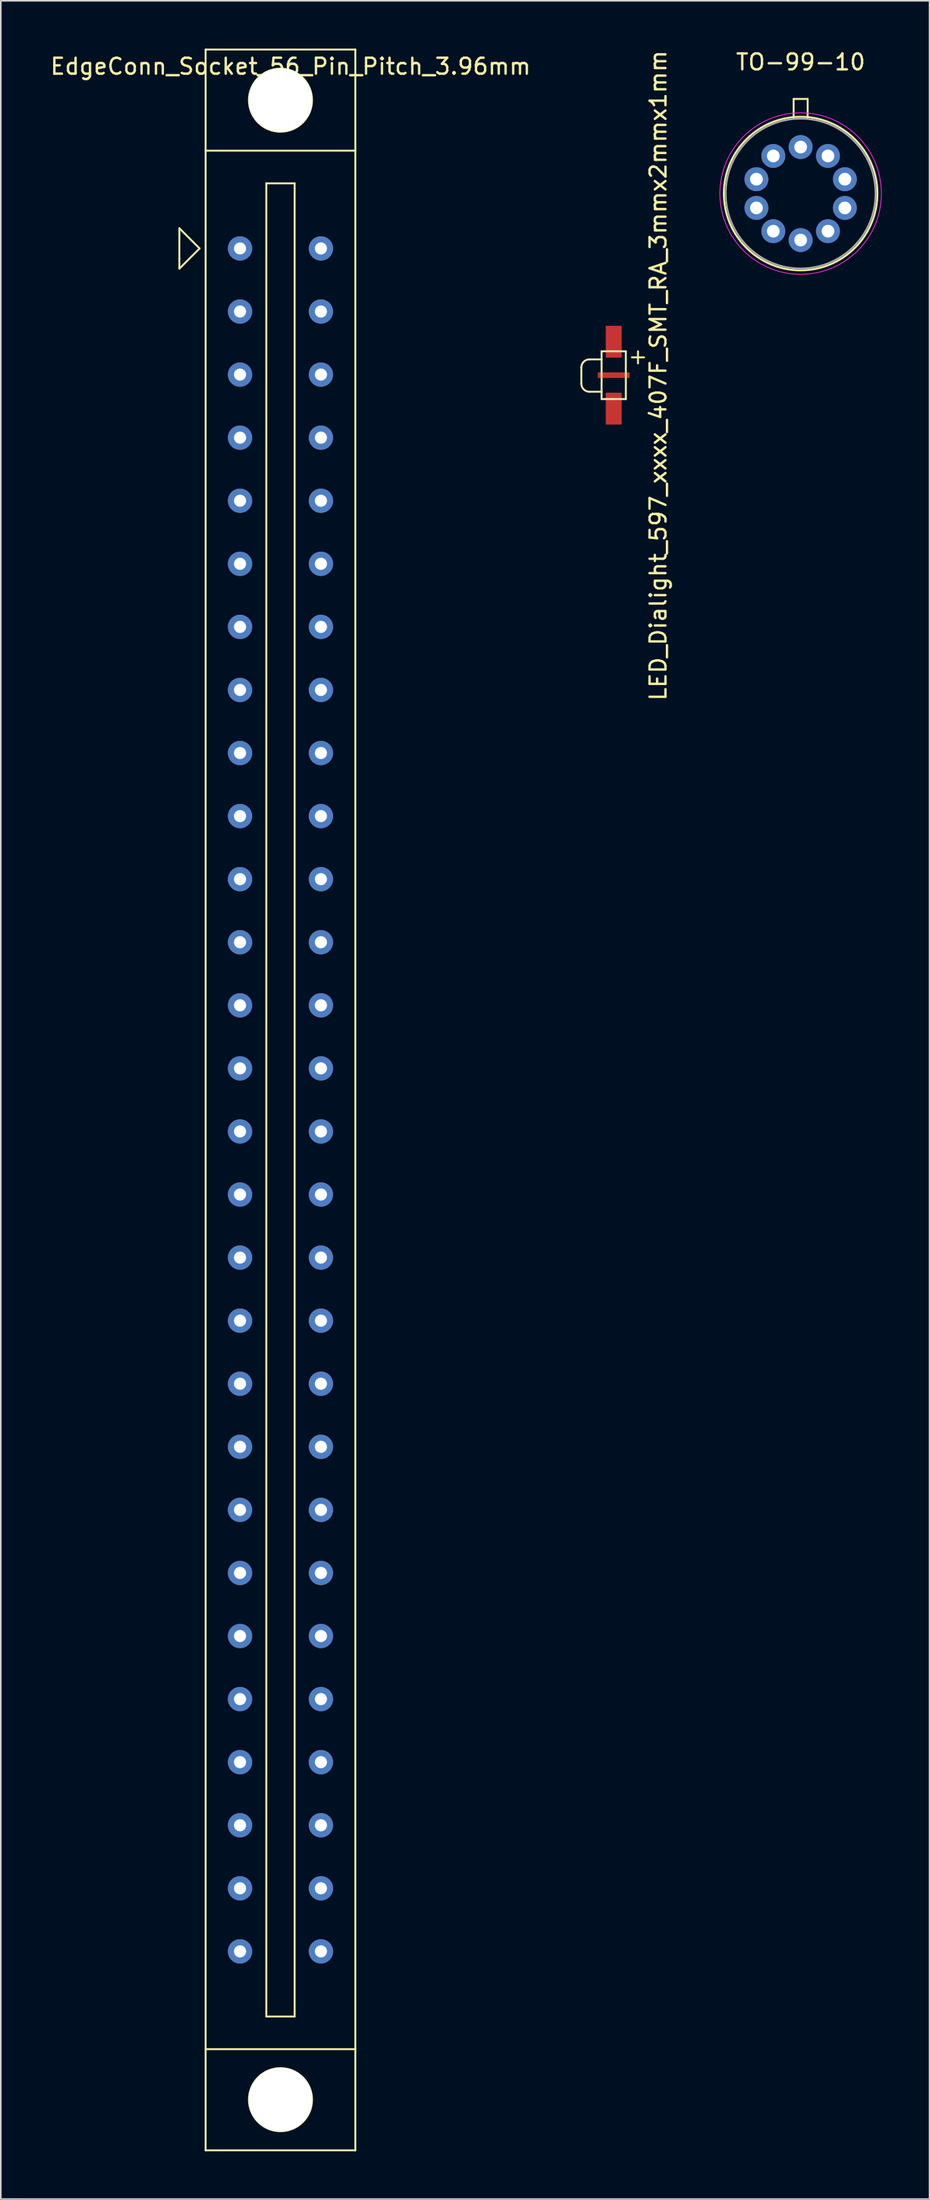
<source format=kicad_pcb>
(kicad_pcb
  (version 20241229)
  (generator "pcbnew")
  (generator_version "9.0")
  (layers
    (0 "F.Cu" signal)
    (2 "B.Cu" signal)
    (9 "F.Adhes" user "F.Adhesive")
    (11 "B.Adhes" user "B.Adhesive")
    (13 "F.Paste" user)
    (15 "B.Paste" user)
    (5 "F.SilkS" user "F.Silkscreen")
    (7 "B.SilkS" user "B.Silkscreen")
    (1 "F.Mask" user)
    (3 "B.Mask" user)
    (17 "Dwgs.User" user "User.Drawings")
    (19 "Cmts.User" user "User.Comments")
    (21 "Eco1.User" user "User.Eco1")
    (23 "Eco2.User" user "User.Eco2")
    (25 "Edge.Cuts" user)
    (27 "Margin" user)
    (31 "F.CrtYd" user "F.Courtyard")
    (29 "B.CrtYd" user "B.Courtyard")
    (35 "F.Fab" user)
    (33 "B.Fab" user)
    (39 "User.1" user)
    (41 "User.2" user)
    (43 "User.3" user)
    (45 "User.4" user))
  (footprint "LED_Dialight_597_xxxx_407F_SMT_RA_3mmx2mmx1mm"
    (layer "F.Cu")
    (at 35.485 19.006)
    (property "Reference" "LED_Dialight_597_xxxx_407F_SMT_RA_3mmx2mmx1mm" (at 2.794 1.524 90) (layer "F.SilkS") (effects (font (size 1 1) (thickness 0.15))))
    (attr through_hole)
    (fp_line (start -2.032 1.016) (end -2.032 2.032) (stroke (width 0.12) (type solid)) (layer "F.SilkS"))
    (fp_line (start -1.524 0.508) (end -0.762 0.508) (stroke (width 0.12) (type solid)) (layer "F.SilkS"))
    (fp_line (start -1.524 2.54) (end -0.762 2.54) (stroke (width 0.12) (type solid)) (layer "F.SilkS"))
    (fp_line (start -0.762 0) (end -0.762 3) (stroke (width 0.12) (type solid)) (layer "F.SilkS"))
    (fp_line (start -0.762 0) (end 0.762 0) (stroke (width 0.12) (type solid)) (layer "F.SilkS"))
    (fp_line (start -0.762 3) (end 0.762 3) (stroke (width 0.12) (type solid)) (layer "F.SilkS"))
    (fp_line (start 0.762 0) (end 0.762 3) (stroke (width 0.12) (type solid)) (layer "F.SilkS"))
    (fp_line (start 1.143 0.381) (end 1.905 0.381) (stroke (width 0.12) (type solid)) (layer "F.SilkS"))
    (fp_line (start 1.524 0) (end 1.524 0.762) (stroke (width 0.12) (type solid)) (layer "F.SilkS"))
    (fp_arc (start -2.032 1.016) (mid -1.88321 0.65679) (end -1.524 0.508) (stroke (width 0.12) (type solid)) (layer "F.SilkS"))
    (fp_arc (start -1.524 2.54) (mid -1.88321 2.39121) (end -2.032 2.032) (stroke (width 0.12) (type solid)) (layer "F.SilkS"))
    (pad "1" smd rect (at 0 3.6) (size 1 2) (layers "F.Cu" "F.Mask" "F.Paste"))
    (pad "2" smd rect (at 0 -0.6) (size 1 2) (layers "F.Cu" "F.Mask" "F.Paste"))
    (pad "3" smd rect (at 0 1.5) (size 2 0.35) (layers "F.Cu" "F.Mask" "F.Paste")))
  (footprint "TO-99-10"
    (layer "F.Cu")
    (at 47.222 9.103)
    (property "Reference" "TO-99-10" (at 0 -8.255 0) (layer "F.SilkS") (effects (font (size 1 1) (thickness 0.15))))
    (attr through_hole)
    (fp_line (start -0.44 -5.94) (end 0.44 -5.94) (stroke (width 0.12) (type solid)) (layer "F.SilkS"))
    (fp_line (start -0.44 -4.8) (end -0.44 -5.94) (stroke (width 0.12) (type solid)) (layer "F.SilkS"))
    (fp_line (start 0.44 -5.94) (end 0.44 -4.8) (stroke (width 0.12) (type solid)) (layer "F.SilkS"))
    (fp_circle (center 0 0) (end 0 4.82) (stroke (width 0.12) (type solid)) (fill no) (layer "F.SilkS"))
    (fp_circle (center 0 0) (end 0 5.07) (stroke (width 0.05) (type solid)) (fill no) (layer "F.CrtYd"))
    (fp_circle (center 0 0) (end 0 4.7) (stroke (width 0.1) (type solid)) (fill no) (layer "F.Fab"))
    (pad "1" thru_hole oval (at -1.716 -2.362) (size 1.5 1.5) (drill 0.8) (layers "*.Cu" "*.Mask"))
    (pad "2" thru_hole oval (at -2.777 -0.902) (size 1.5 1.5) (drill 0.8) (layers "*.Cu" "*.Mask"))
    (pad "3" thru_hole oval (at -2.777 0.902) (size 1.5 1.5) (drill 0.8) (layers "*.Cu" "*.Mask"))
    (pad "4" thru_hole oval (at -1.716 2.362) (size 1.5 1.5) (drill 0.8) (layers "*.Cu" "*.Mask"))
    (pad "5" thru_hole oval (at 0 2.92) (size 1.5 1.5) (drill 0.8) (layers "*.Cu" "*.Mask"))
    (pad "6" thru_hole oval (at 1.716 2.362) (size 1.5 1.5) (drill 0.8) (layers "*.Cu" "*.Mask"))
    (pad "7" thru_hole oval (at 2.777 0.902) (size 1.5 1.5) (drill 0.8) (layers "*.Cu" "*.Mask"))
    (pad "8" thru_hole oval (at 2.777 -0.902) (size 1.5 1.5) (drill 0.8) (layers "*.Cu" "*.Mask"))
    (pad "9" thru_hole oval (at 1.716 -2.362) (size 1.5 1.5) (drill 0.8) (layers "*.Cu" "*.Mask"))
    (pad "10" thru_hole oval (at 0 -2.92) (size 1.5 1.5) (drill 0.8) (layers "*.Cu" "*.Mask")))
  (footprint "EdgeConn_Socket_56_Pin_Pitch_3.96mm"
    (layer "F.Cu")
    (at 14.561 12.55)
    (property "Reference" "EdgeConn_Socket_56_Pin_Pitch_3.96mm" (at 0.635 -11.43 0) (layer "F.SilkS") (effects (font (size 1 1) (thickness 0.15))))
    (attr through_hole)
    (fp_line (start -6.35 -1.27) (end -6.35 0.635) (stroke (width 0.12) (type solid)) (layer "F.SilkS"))
    (fp_line (start -6.35 0.635) (end -6.35 1.27) (stroke (width 0.12) (type solid)) (layer "F.SilkS"))
    (fp_line (start -6.35 1.27) (end -5.08 0) (stroke (width 0.12) (type solid)) (layer "F.SilkS"))
    (fp_line (start -5.08 0) (end -6.35 -1.27) (stroke (width 0.12) (type solid)) (layer "F.SilkS"))
    (fp_line (start -4.7 -12.49) (end -4.7 119.41) (stroke (width 0.12) (type solid)) (layer "F.SilkS"))
    (fp_line (start -4.7 -12.49) (end 4.7 -12.49) (stroke (width 0.12) (type solid)) (layer "F.SilkS"))
    (fp_line (start -4.7 -6.14) (end 4.7 -6.14) (stroke (width 0.12) (type solid)) (layer "F.SilkS"))
    (fp_line (start -4.7 113.06) (end 4.7 113.06) (stroke (width 0.12) (type solid)) (layer "F.SilkS"))
    (fp_line (start -4.7 119.41) (end 4.7 119.41) (stroke (width 0.12) (type solid)) (layer "F.SilkS"))
    (fp_line (start -0.89 -4.09) (end -0.89 111.01) (stroke (width 0.12) (type solid)) (layer "F.SilkS"))
    (fp_line (start -0.89 -4.09) (end 0.89 -4.09) (stroke (width 0.12) (type solid)) (layer "F.SilkS"))
    (fp_line (start -0.89 111.01) (end 0.89 111.01) (stroke (width 0.12) (type solid)) (layer "F.SilkS"))
    (fp_line (start 0.89 -4.09) (end 0.89 111.01) (stroke (width 0.12) (type solid)) (layer "F.SilkS"))
    (fp_line (start 4.7 -12.49) (end 4.7 119.41) (stroke (width 0.12) (type solid)) (layer "F.SilkS"))
    (fp_circle (center 0 -9.31) (end 1.98 -9.31) (stroke (width 0.12) (type solid)) (fill no) (layer "F.SilkS"))
    (fp_circle (center 0 116.23) (end 1.98 116.23) (stroke (width 0.12) (type solid)) (fill no) (layer "F.SilkS"))
    (pad "" np_thru_hole circle (at 0 -9.31) (size 4 4) (drill 4) (layers "*.Cu" "*.Mask"))
    (pad "" np_thru_hole circle (at 0 116.23) (size 4 4) (drill 4) (layers "*.Cu" "*.Mask"))
    (pad "1" thru_hole circle (at -2.54 0) (size 1.524 1.524) (drill 0.762) (layers "*.Cu" "*.Mask"))
    (pad "2" thru_hole circle (at -2.54 3.96) (size 1.524 1.524) (drill 0.762) (layers "*.Cu" "*.Mask"))
    (pad "3" thru_hole circle (at -2.54 7.92) (size 1.524 1.524) (drill 0.762) (layers "*.Cu" "*.Mask"))
    (pad "4" thru_hole circle (at -2.54 11.88) (size 1.524 1.524) (drill 0.762) (layers "*.Cu" "*.Mask"))
    (pad "5" thru_hole circle (at -2.54 15.84) (size 1.524 1.524) (drill 0.762) (layers "*.Cu" "*.Mask"))
    (pad "6" thru_hole circle (at -2.54 19.8) (size 1.524 1.524) (drill 0.762) (layers "*.Cu" "*.Mask"))
    (pad "7" thru_hole circle (at -2.54 23.76) (size 1.524 1.524) (drill 0.762) (layers "*.Cu" "*.Mask"))
    (pad "8" thru_hole circle (at -2.54 27.72) (size 1.524 1.524) (drill 0.762) (layers "*.Cu" "*.Mask"))
    (pad "9" thru_hole circle (at -2.54 31.68) (size 1.524 1.524) (drill 0.762) (layers "*.Cu" "*.Mask"))
    (pad "10" thru_hole circle (at -2.54 35.64) (size 1.524 1.524) (drill 0.762) (layers "*.Cu" "*.Mask"))
    (pad "11" thru_hole circle (at -2.54 39.6) (size 1.524 1.524) (drill 0.762) (layers "*.Cu" "*.Mask"))
    (pad "12" thru_hole circle (at -2.54 43.56) (size 1.524 1.524) (drill 0.762) (layers "*.Cu" "*.Mask"))
    (pad "13" thru_hole circle (at -2.54 47.52) (size 1.524 1.524) (drill 0.762) (layers "*.Cu" "*.Mask"))
    (pad "14" thru_hole circle (at -2.54 51.48) (size 1.524 1.524) (drill 0.762) (layers "*.Cu" "*.Mask"))
    (pad "15" thru_hole circle (at -2.54 55.44) (size 1.524 1.524) (drill 0.762) (layers "*.Cu" "*.Mask"))
    (pad "16" thru_hole circle (at -2.54 59.4) (size 1.524 1.524) (drill 0.762) (layers "*.Cu" "*.Mask"))
    (pad "17" thru_hole circle (at -2.54 63.36) (size 1.524 1.524) (drill 0.762) (layers "*.Cu" "*.Mask"))
    (pad "18" thru_hole circle (at -2.54 67.32) (size 1.524 1.524) (drill 0.762) (layers "*.Cu" "*.Mask"))
    (pad "19" thru_hole circle (at -2.54 71.28) (size 1.524 1.524) (drill 0.762) (layers "*.Cu" "*.Mask"))
    (pad "20" thru_hole circle (at -2.54 75.24) (size 1.524 1.524) (drill 0.762) (layers "*.Cu" "*.Mask"))
    (pad "21" thru_hole circle (at -2.54 79.2) (size 1.524 1.524) (drill 0.762) (layers "*.Cu" "*.Mask"))
    (pad "22" thru_hole circle (at -2.54 83.16) (size 1.524 1.524) (drill 0.762) (layers "*.Cu" "*.Mask"))
    (pad "23" thru_hole circle (at -2.54 87.12) (size 1.524 1.524) (drill 0.762) (layers "*.Cu" "*.Mask"))
    (pad "24" thru_hole circle (at -2.54 91.08) (size 1.524 1.524) (drill 0.762) (layers "*.Cu" "*.Mask"))
    (pad "25" thru_hole circle (at -2.54 95.04) (size 1.524 1.524) (drill 0.762) (layers "*.Cu" "*.Mask"))
    (pad "26" thru_hole circle (at -2.54 99) (size 1.524 1.524) (drill 0.762) (layers "*.Cu" "*.Mask"))
    (pad "27" thru_hole circle (at -2.54 102.96) (size 1.524 1.524) (drill 0.762) (layers "*.Cu" "*.Mask"))
    (pad "28" thru_hole circle (at -2.54 106.92) (size 1.524 1.524) (drill 0.762) (layers "*.Cu" "*.Mask"))
    (pad "29" thru_hole circle (at 2.54 0) (size 1.524 1.524) (drill 0.762) (layers "*.Cu" "*.Mask"))
    (pad "30" thru_hole circle (at 2.54 3.96) (size 1.524 1.524) (drill 0.762) (layers "*.Cu" "*.Mask"))
    (pad "31" thru_hole circle (at 2.54 7.92) (size 1.524 1.524) (drill 0.762) (layers "*.Cu" "*.Mask"))
    (pad "32" thru_hole circle (at 2.54 11.88) (size 1.524 1.524) (drill 0.762) (layers "*.Cu" "*.Mask"))
    (pad "33" thru_hole circle (at 2.54 15.84) (size 1.524 1.524) (drill 0.762) (layers "*.Cu" "*.Mask"))
    (pad "34" thru_hole circle (at 2.54 19.8) (size 1.524 1.524) (drill 0.762) (layers "*.Cu" "*.Mask"))
    (pad "35" thru_hole circle (at 2.54 23.76) (size 1.524 1.524) (drill 0.762) (layers "*.Cu" "*.Mask"))
    (pad "36" thru_hole circle (at 2.54 27.72) (size 1.524 1.524) (drill 0.762) (layers "*.Cu" "*.Mask"))
    (pad "37" thru_hole circle (at 2.54 31.68) (size 1.524 1.524) (drill 0.762) (layers "*.Cu" "*.Mask"))
    (pad "38" thru_hole circle (at 2.54 35.64) (size 1.524 1.524) (drill 0.762) (layers "*.Cu" "*.Mask"))
    (pad "39" thru_hole circle (at 2.54 39.6) (size 1.524 1.524) (drill 0.762) (layers "*.Cu" "*.Mask"))
    (pad "40" thru_hole circle (at 2.54 43.56) (size 1.524 1.524) (drill 0.762) (layers "*.Cu" "*.Mask"))
    (pad "41" thru_hole circle (at 2.54 47.52) (size 1.524 1.524) (drill 0.762) (layers "*.Cu" "*.Mask"))
    (pad "42" thru_hole circle (at 2.54 51.48) (size 1.524 1.524) (drill 0.762) (layers "*.Cu" "*.Mask"))
    (pad "43" thru_hole circle (at 2.54 55.44) (size 1.524 1.524) (drill 0.762) (layers "*.Cu" "*.Mask"))
    (pad "44" thru_hole circle (at 2.54 59.4) (size 1.524 1.524) (drill 0.762) (layers "*.Cu" "*.Mask"))
    (pad "45" thru_hole circle (at 2.54 63.36) (size 1.524 1.524) (drill 0.762) (layers "*.Cu" "*.Mask"))
    (pad "46" thru_hole circle (at 2.54 67.32) (size 1.524 1.524) (drill 0.762) (layers "*.Cu" "*.Mask"))
    (pad "47" thru_hole circle (at 2.54 71.28) (size 1.524 1.524) (drill 0.762) (layers "*.Cu" "*.Mask"))
    (pad "48" thru_hole circle (at 2.54 75.24) (size 1.524 1.524) (drill 0.762) (layers "*.Cu" "*.Mask"))
    (pad "49" thru_hole circle (at 2.54 79.2) (size 1.524 1.524) (drill 0.762) (layers "*.Cu" "*.Mask"))
    (pad "50" thru_hole circle (at 2.54 83.16) (size 1.524 1.524) (drill 0.762) (layers "*.Cu" "*.Mask"))
    (pad "51" thru_hole circle (at 2.54 87.12) (size 1.524 1.524) (drill 0.762) (layers "*.Cu" "*.Mask"))
    (pad "52" thru_hole circle (at 2.54 91.08) (size 1.524 1.524) (drill 0.762) (layers "*.Cu" "*.Mask"))
    (pad "53" thru_hole circle (at 2.54 95.04) (size 1.524 1.524) (drill 0.762) (layers "*.Cu" "*.Mask"))
    (pad "54" thru_hole circle (at 2.54 99) (size 1.524 1.524) (drill 0.762) (layers "*.Cu" "*.Mask"))
    (pad "55" thru_hole circle (at 2.54 102.96) (size 1.524 1.524) (drill 0.762) (layers "*.Cu" "*.Mask"))
    (pad "56" thru_hole circle (at 2.54 106.92) (size 1.524 1.524) (drill 0.762) (layers "*.Cu" "*.Mask")))
  (gr_rect
    (start -3 -3)
    (end 55.317 135.02)
    (stroke (width 0.1) (type default))
    (fill no)
    (layer "Edge.Cuts")))
</source>
